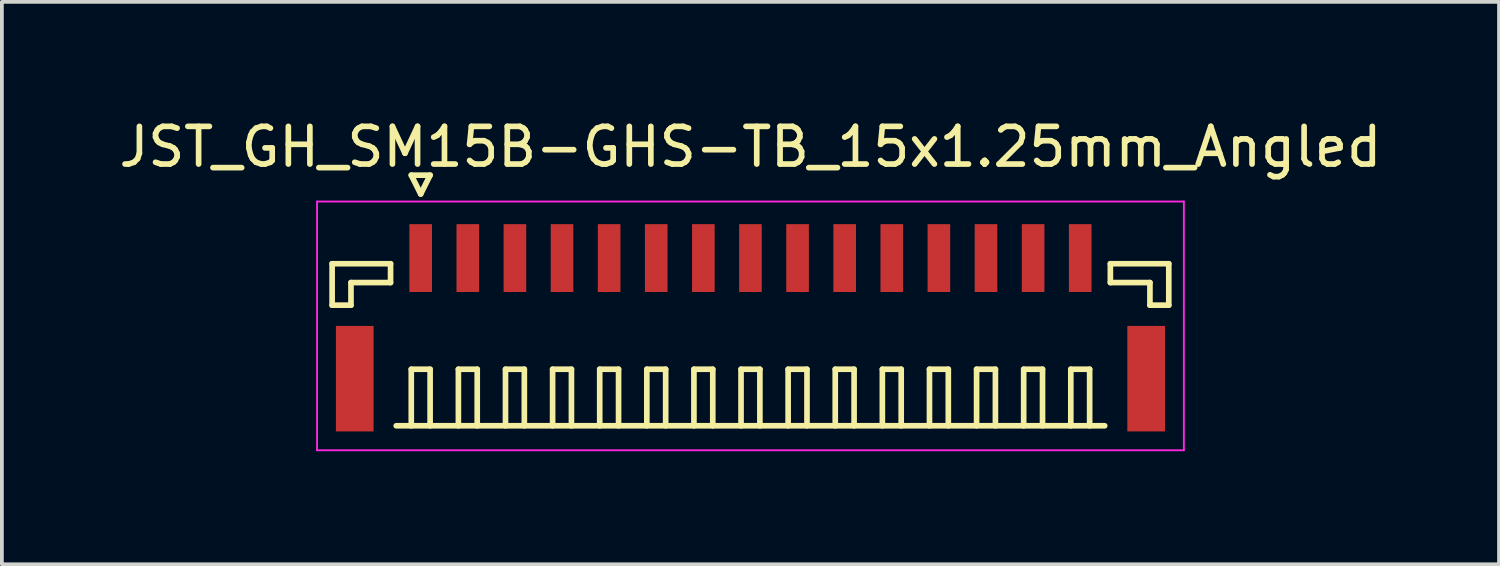
<source format=kicad_pcb>
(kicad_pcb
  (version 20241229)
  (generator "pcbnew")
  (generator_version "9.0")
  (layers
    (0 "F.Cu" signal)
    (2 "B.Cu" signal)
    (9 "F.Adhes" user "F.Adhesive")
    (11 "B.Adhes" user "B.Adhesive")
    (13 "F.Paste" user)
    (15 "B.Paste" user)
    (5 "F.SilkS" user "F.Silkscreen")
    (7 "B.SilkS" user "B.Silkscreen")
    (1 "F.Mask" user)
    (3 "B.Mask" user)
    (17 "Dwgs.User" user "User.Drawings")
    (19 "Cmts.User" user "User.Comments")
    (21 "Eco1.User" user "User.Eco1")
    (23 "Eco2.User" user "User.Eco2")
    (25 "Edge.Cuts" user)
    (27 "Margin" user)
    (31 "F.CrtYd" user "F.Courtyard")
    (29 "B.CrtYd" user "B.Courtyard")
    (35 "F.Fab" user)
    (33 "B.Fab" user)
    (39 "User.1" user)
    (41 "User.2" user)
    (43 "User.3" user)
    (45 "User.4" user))
  (footprint "JST_GH_SM15B-GHS-TB_15x1.25mm_Angled"
    (layer "F.Cu")
    (at 16.863 5.398)
    (property "Reference" "JST_GH_SM15B-GHS-TB_15x1.25mm_Angled" (at 0 -4.55 0) (layer "F.SilkS") (effects (font (size 1 1) (thickness 0.15))))
    (attr smd)
    (fp_line (start -11.1 -1.45) (end -9.55 -1.45) (stroke (width 0.15) (type solid)) (layer "F.SilkS"))
    (fp_line (start -11.1 -0.35) (end -11.1 -1.45) (stroke (width 0.15) (type solid)) (layer "F.SilkS"))
    (fp_line (start -10.6 -0.95) (end -10.6 -0.35) (stroke (width 0.15) (type solid)) (layer "F.SilkS"))
    (fp_line (start -10.6 -0.35) (end -11.1 -0.35) (stroke (width 0.15) (type solid)) (layer "F.SilkS"))
    (fp_line (start -9.55 -1.45) (end -9.55 -0.95) (stroke (width 0.15) (type solid)) (layer "F.SilkS"))
    (fp_line (start -9.55 -0.95) (end -10.6 -0.95) (stroke (width 0.15) (type solid)) (layer "F.SilkS"))
    (fp_line (start -9.4 2.85) (end 9.4 2.85) (stroke (width 0.15) (type solid)) (layer "F.SilkS"))
    (fp_line (start -9 -3.8) (end -8.5 -3.8) (stroke (width 0.15) (type solid)) (layer "F.SilkS"))
    (fp_line (start -9 1.35) (end -8.5 1.35) (stroke (width 0.15) (type solid)) (layer "F.SilkS"))
    (fp_line (start -9 2.85) (end -9 1.35) (stroke (width 0.15) (type solid)) (layer "F.SilkS"))
    (fp_line (start -8.75 -3.3) (end -9 -3.8) (stroke (width 0.15) (type solid)) (layer "F.SilkS"))
    (fp_line (start -8.5 -3.8) (end -8.75 -3.3) (stroke (width 0.15) (type solid)) (layer "F.SilkS"))
    (fp_line (start -8.5 1.35) (end -8.5 2.85) (stroke (width 0.15) (type solid)) (layer "F.SilkS"))
    (fp_line (start -7.75 1.35) (end -7.25 1.35) (stroke (width 0.15) (type solid)) (layer "F.SilkS"))
    (fp_line (start -7.75 2.85) (end -7.75 1.35) (stroke (width 0.15) (type solid)) (layer "F.SilkS"))
    (fp_line (start -7.25 1.35) (end -7.25 2.85) (stroke (width 0.15) (type solid)) (layer "F.SilkS"))
    (fp_line (start -6.5 1.35) (end -6 1.35) (stroke (width 0.15) (type solid)) (layer "F.SilkS"))
    (fp_line (start -6.5 2.85) (end -6.5 1.35) (stroke (width 0.15) (type solid)) (layer "F.SilkS"))
    (fp_line (start -6 1.35) (end -6 2.85) (stroke (width 0.15) (type solid)) (layer "F.SilkS"))
    (fp_line (start -5.25 1.35) (end -4.75 1.35) (stroke (width 0.15) (type solid)) (layer "F.SilkS"))
    (fp_line (start -5.25 2.85) (end -5.25 1.35) (stroke (width 0.15) (type solid)) (layer "F.SilkS"))
    (fp_line (start -4.75 1.35) (end -4.75 2.85) (stroke (width 0.15) (type solid)) (layer "F.SilkS"))
    (fp_line (start -4 1.35) (end -3.5 1.35) (stroke (width 0.15) (type solid)) (layer "F.SilkS"))
    (fp_line (start -4 2.85) (end -4 1.35) (stroke (width 0.15) (type solid)) (layer "F.SilkS"))
    (fp_line (start -3.5 1.35) (end -3.5 2.85) (stroke (width 0.15) (type solid)) (layer "F.SilkS"))
    (fp_line (start -2.75 1.35) (end -2.25 1.35) (stroke (width 0.15) (type solid)) (layer "F.SilkS"))
    (fp_line (start -2.75 2.85) (end -2.75 1.35) (stroke (width 0.15) (type solid)) (layer "F.SilkS"))
    (fp_line (start -2.25 1.35) (end -2.25 2.85) (stroke (width 0.15) (type solid)) (layer "F.SilkS"))
    (fp_line (start -1.5 1.35) (end -1 1.35) (stroke (width 0.15) (type solid)) (layer "F.SilkS"))
    (fp_line (start -1.5 2.85) (end -1.5 1.35) (stroke (width 0.15) (type solid)) (layer "F.SilkS"))
    (fp_line (start -1 1.35) (end -1 2.85) (stroke (width 0.15) (type solid)) (layer "F.SilkS"))
    (fp_line (start -0.25 1.35) (end 0.25 1.35) (stroke (width 0.15) (type solid)) (layer "F.SilkS"))
    (fp_line (start -0.25 2.85) (end -0.25 1.35) (stroke (width 0.15) (type solid)) (layer "F.SilkS"))
    (fp_line (start 0.25 1.35) (end 0.25 2.85) (stroke (width 0.15) (type solid)) (layer "F.SilkS"))
    (fp_line (start 1 1.35) (end 1.5 1.35) (stroke (width 0.15) (type solid)) (layer "F.SilkS"))
    (fp_line (start 1 2.85) (end 1 1.35) (stroke (width 0.15) (type solid)) (layer "F.SilkS"))
    (fp_line (start 1.5 1.35) (end 1.5 2.85) (stroke (width 0.15) (type solid)) (layer "F.SilkS"))
    (fp_line (start 2.25 1.35) (end 2.75 1.35) (stroke (width 0.15) (type solid)) (layer "F.SilkS"))
    (fp_line (start 2.25 2.85) (end 2.25 1.35) (stroke (width 0.15) (type solid)) (layer "F.SilkS"))
    (fp_line (start 2.75 1.35) (end 2.75 2.85) (stroke (width 0.15) (type solid)) (layer "F.SilkS"))
    (fp_line (start 3.5 1.35) (end 4 1.35) (stroke (width 0.15) (type solid)) (layer "F.SilkS"))
    (fp_line (start 3.5 2.85) (end 3.5 1.35) (stroke (width 0.15) (type solid)) (layer "F.SilkS"))
    (fp_line (start 4 1.35) (end 4 2.85) (stroke (width 0.15) (type solid)) (layer "F.SilkS"))
    (fp_line (start 4.75 1.35) (end 5.25 1.35) (stroke (width 0.15) (type solid)) (layer "F.SilkS"))
    (fp_line (start 4.75 2.85) (end 4.75 1.35) (stroke (width 0.15) (type solid)) (layer "F.SilkS"))
    (fp_line (start 5.25 1.35) (end 5.25 2.85) (stroke (width 0.15) (type solid)) (layer "F.SilkS"))
    (fp_line (start 6 1.35) (end 6.5 1.35) (stroke (width 0.15) (type solid)) (layer "F.SilkS"))
    (fp_line (start 6 2.85) (end 6 1.35) (stroke (width 0.15) (type solid)) (layer "F.SilkS"))
    (fp_line (start 6.5 1.35) (end 6.5 2.85) (stroke (width 0.15) (type solid)) (layer "F.SilkS"))
    (fp_line (start 7.25 1.35) (end 7.75 1.35) (stroke (width 0.15) (type solid)) (layer "F.SilkS"))
    (fp_line (start 7.25 2.85) (end 7.25 1.35) (stroke (width 0.15) (type solid)) (layer "F.SilkS"))
    (fp_line (start 7.75 1.35) (end 7.75 2.85) (stroke (width 0.15) (type solid)) (layer "F.SilkS"))
    (fp_line (start 8.5 1.35) (end 9 1.35) (stroke (width 0.15) (type solid)) (layer "F.SilkS"))
    (fp_line (start 8.5 2.85) (end 8.5 1.35) (stroke (width 0.15) (type solid)) (layer "F.SilkS"))
    (fp_line (start 9 1.35) (end 9 2.85) (stroke (width 0.15) (type solid)) (layer "F.SilkS"))
    (fp_line (start 9.55 -1.45) (end 9.55 -0.95) (stroke (width 0.15) (type solid)) (layer "F.SilkS"))
    (fp_line (start 9.55 -0.95) (end 10.6 -0.95) (stroke (width 0.15) (type solid)) (layer "F.SilkS"))
    (fp_line (start 10.6 -0.95) (end 10.6 -0.35) (stroke (width 0.15) (type solid)) (layer "F.SilkS"))
    (fp_line (start 10.6 -0.35) (end 11.1 -0.35) (stroke (width 0.15) (type solid)) (layer "F.SilkS"))
    (fp_line (start 11.1 -1.45) (end 9.55 -1.45) (stroke (width 0.15) (type solid)) (layer "F.SilkS"))
    (fp_line (start 11.1 -0.35) (end 11.1 -1.45) (stroke (width 0.15) (type solid)) (layer "F.SilkS"))
    (fp_line (start -11.5 -3.1) (end -11.5 3.5) (stroke (width 0.05) (type solid)) (layer "F.CrtYd"))
    (fp_line (start -11.5 3.5) (end 11.5 3.5) (stroke (width 0.05) (type solid)) (layer "F.CrtYd"))
    (fp_line (start 11.5 -3.1) (end -11.5 -3.1) (stroke (width 0.05) (type solid)) (layer "F.CrtYd"))
    (fp_line (start 11.5 3.5) (end 11.5 -3.1) (stroke (width 0.05) (type solid)) (layer "F.CrtYd"))
    (pad "" smd rect (at -10.5 1.6) (size 1 2.8) (layers "F.Cu" "F.Mask" "F.Paste"))
    (pad "" smd rect (at 10.5 1.6) (size 1 2.8) (layers "F.Cu" "F.Mask" "F.Paste"))
    (pad "1" smd rect (at -8.75 -1.6) (size 0.6 1.8) (layers "F.Cu" "F.Mask" "F.Paste"))
    (pad "2" smd rect (at -7.5 -1.6) (size 0.6 1.8) (layers "F.Cu" "F.Mask" "F.Paste"))
    (pad "3" smd rect (at -6.25 -1.6) (size 0.6 1.8) (layers "F.Cu" "F.Mask" "F.Paste"))
    (pad "4" smd rect (at -5 -1.6) (size 0.6 1.8) (layers "F.Cu" "F.Mask" "F.Paste"))
    (pad "5" smd rect (at -3.75 -1.6) (size 0.6 1.8) (layers "F.Cu" "F.Mask" "F.Paste"))
    (pad "6" smd rect (at -2.5 -1.6) (size 0.6 1.8) (layers "F.Cu" "F.Mask" "F.Paste"))
    (pad "7" smd rect (at -1.25 -1.6) (size 0.6 1.8) (layers "F.Cu" "F.Mask" "F.Paste"))
    (pad "8" smd rect (at 0 -1.6) (size 0.6 1.8) (layers "F.Cu" "F.Mask" "F.Paste"))
    (pad "9" smd rect (at 1.25 -1.6) (size 0.6 1.8) (layers "F.Cu" "F.Mask" "F.Paste"))
    (pad "10" smd rect (at 2.5 -1.6) (size 0.6 1.8) (layers "F.Cu" "F.Mask" "F.Paste"))
    (pad "11" smd rect (at 3.75 -1.6) (size 0.6 1.8) (layers "F.Cu" "F.Mask" "F.Paste"))
    (pad "12" smd rect (at 5 -1.6) (size 0.6 1.8) (layers "F.Cu" "F.Mask" "F.Paste"))
    (pad "13" smd rect (at 6.25 -1.6) (size 0.6 1.8) (layers "F.Cu" "F.Mask" "F.Paste"))
    (pad "14" smd rect (at 7.5 -1.6) (size 0.6 1.8) (layers "F.Cu" "F.Mask" "F.Paste"))
    (pad "15" smd rect (at 8.75 -1.6) (size 0.6 1.8) (layers "F.Cu" "F.Mask" "F.Paste")))
  (gr_rect
    (start -3 -3)
    (end 36.726 11.923)
    (stroke (width 0.1) (type default))
    (fill no)
    (layer "Edge.Cuts")))
</source>
